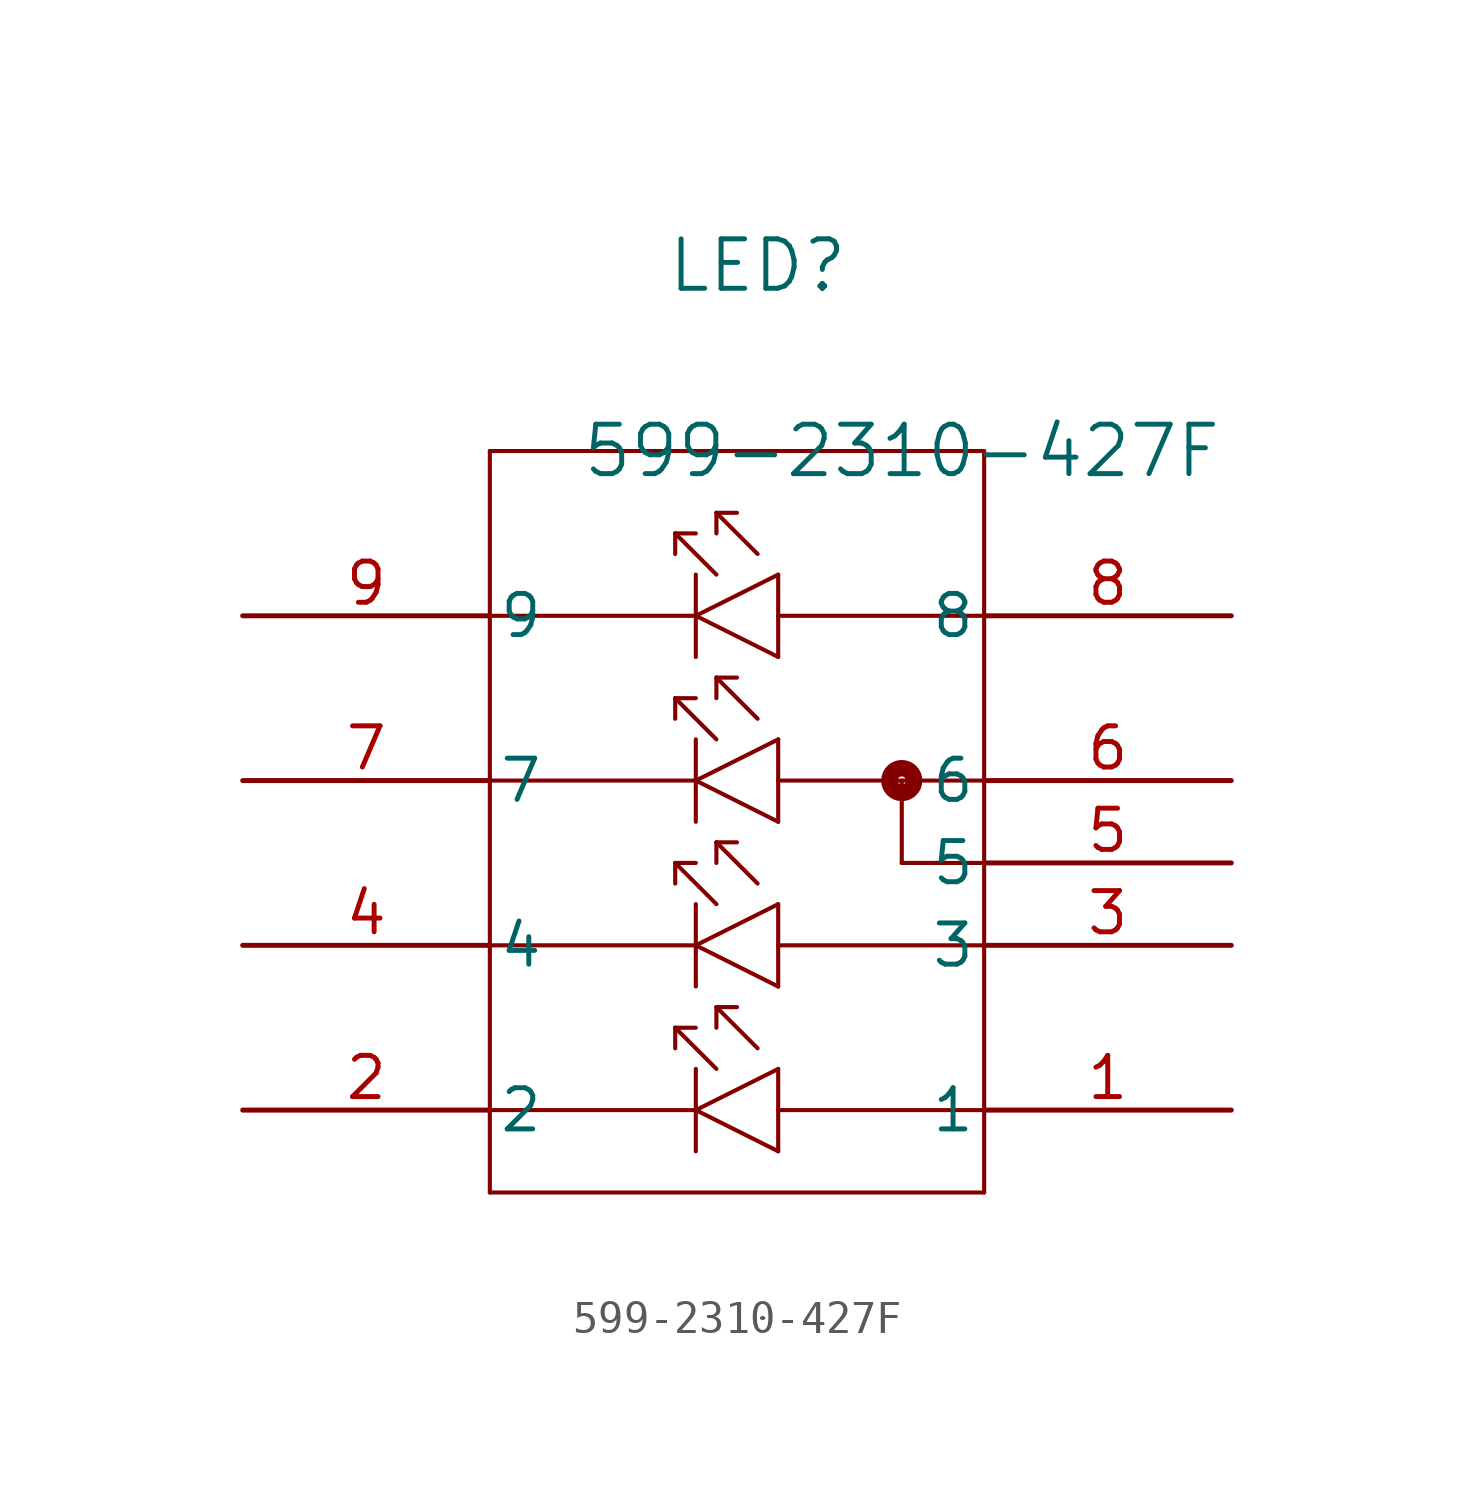
<source format=kicad_sym>
(kicad_symbol_lib
  (version 20211014)
  (generator kicad_symbol_editor)
  (symbol "599-2310-427F"
    (pin_names
      (offset 0.254))
    (property "Reference" "LED"
      (at 15.875 10.795 0)
      (effects (font (size 1.524 1.524))))
    (property "Value" "599-2310-427F"
      (at 20.32 5.08 0)
      (effects (font (size 1.524 1.524))))
    (symbol "599-2310-427F_0_1"
      (polyline (pts (xy 7.62 5.08) (xy 7.62 -17.78)) (stroke (width 0.127) (type default) (color 0 0 0 0)) (fill (type none)))
      (polyline (pts (xy 7.62 -17.78) (xy 22.86 -17.78)) (stroke (width 0.127) (type default) (color 0 0 0 0)) (fill (type none)))
      (polyline (pts (xy 22.86 -17.78) (xy 22.86 5.08)) (stroke (width 0.127) (type default) (color 0 0 0 0)) (fill (type none)))
      (polyline (pts (xy 22.86 5.08) (xy 7.62 5.08)) (stroke (width 0.127) (type default) (color 0 0 0 0)) (fill (type none)))
      (polyline (pts (xy 16.51 0) (xy 22.86 0)) (stroke (width 0.127) (type default) (color 0 0 0 0)) (fill (type none)))
      (polyline (pts (xy 16.51 1.27) (xy 16.51 -1.27)) (stroke (width 0.127) (type default) (color 0 0 0 0)) (fill (type none)))
      (polyline (pts (xy 16.51 1.27) (xy 13.97 0)) (stroke (width 0.127) (type default) (color 0 0 0 0)) (fill (type none)))
      (polyline (pts (xy 13.97 0) (xy 16.51 -1.27)) (stroke (width 0.127) (type default) (color 0 0 0 0)) (fill (type none)))
      (polyline (pts (xy 13.97 1.27) (xy 13.97 -1.27)) (stroke (width 0.127) (type default) (color 0 0 0 0)) (fill (type none)))
      (polyline (pts (xy 7.62 0) (xy 13.97 0)) (stroke (width 0.127) (type default) (color 0 0 0 0)) (fill (type none)))
      (polyline (pts (xy 14.605 1.27) (xy 13.335 2.54)) (stroke (width 0.127) (type default) (color 0 0 0 0)) (fill (type none)))
      (polyline (pts (xy 13.335 2.54) (xy 13.335 1.905)) (stroke (width 0.127) (type default) (color 0 0 0 0)) (fill (type none)))
      (polyline (pts (xy 13.335 2.54) (xy 13.97 2.54)) (stroke (width 0.127) (type default) (color 0 0 0 0)) (fill (type none)))
      (polyline (pts (xy 15.875 1.905) (xy 14.605 3.175)) (stroke (width 0.127) (type default) (color 0 0 0 0)) (fill (type none)))
      (polyline (pts (xy 14.605 2.54) (xy 14.605 3.175)) (stroke (width 0.127) (type default) (color 0 0 0 0)) (fill (type none)))
      (polyline (pts (xy 15.24 3.175) (xy 14.605 3.175)) (stroke (width 0.127) (type default) (color 0 0 0 0)) (fill (type none)))
      (polyline (pts (xy 16.51 -5.08) (xy 22.86 -5.08)) (stroke (width 0.127) (type default) (color 0 0 0 0)) (fill (type none)))
      (polyline (pts (xy 16.51 -3.81) (xy 16.51 -6.35)) (stroke (width 0.127) (type default) (color 0 0 0 0)) (fill (type none)))
      (polyline (pts (xy 16.51 -3.81) (xy 13.97 -5.08)) (stroke (width 0.127) (type default) (color 0 0 0 0)) (fill (type none)))
      (polyline (pts (xy 13.97 -5.08) (xy 16.51 -6.35)) (stroke (width 0.127) (type default) (color 0 0 0 0)) (fill (type none)))
      (polyline (pts (xy 13.97 -3.81) (xy 13.97 -6.35)) (stroke (width 0.127) (type default) (color 0 0 0 0)) (fill (type none)))
      (polyline (pts (xy 7.62 -5.08) (xy 13.97 -5.08)) (stroke (width 0.127) (type default) (color 0 0 0 0)) (fill (type none)))
      (polyline (pts (xy 14.605 -3.81) (xy 13.335 -2.54)) (stroke (width 0.127) (type default) (color 0 0 0 0)) (fill (type none)))
      (polyline (pts (xy 13.335 -2.54) (xy 13.335 -3.175)) (stroke (width 0.127) (type default) (color 0 0 0 0)) (fill (type none)))
      (polyline (pts (xy 13.335 -2.54) (xy 13.97 -2.54)) (stroke (width 0.127) (type default) (color 0 0 0 0)) (fill (type none)))
      (polyline (pts (xy 15.875 -3.175) (xy 14.605 -1.905)) (stroke (width 0.127) (type default) (color 0 0 0 0)) (fill (type none)))
      (polyline (pts (xy 14.605 -2.54) (xy 14.605 -1.905)) (stroke (width 0.127) (type default) (color 0 0 0 0)) (fill (type none)))
      (polyline (pts (xy 15.24 -1.905) (xy 14.605 -1.905)) (stroke (width 0.127) (type default) (color 0 0 0 0)) (fill (type none)))
      (polyline (pts (xy 16.51 -10.16) (xy 22.86 -10.16)) (stroke (width 0.127) (type default) (color 0 0 0 0)) (fill (type none)))
      (polyline (pts (xy 16.51 -8.89) (xy 16.51 -11.43)) (stroke (width 0.127) (type default) (color 0 0 0 0)) (fill (type none)))
      (polyline (pts (xy 16.51 -8.89) (xy 13.97 -10.16)) (stroke (width 0.127) (type default) (color 0 0 0 0)) (fill (type none)))
      (polyline (pts (xy 13.97 -10.16) (xy 16.51 -11.43)) (stroke (width 0.127) (type default) (color 0 0 0 0)) (fill (type none)))
      (polyline (pts (xy 13.97 -8.89) (xy 13.97 -11.43)) (stroke (width 0.127) (type default) (color 0 0 0 0)) (fill (type none)))
      (polyline (pts (xy 7.62 -10.16) (xy 13.97 -10.16)) (stroke (width 0.127) (type default) (color 0 0 0 0)) (fill (type none)))
      (polyline (pts (xy 14.605 -8.89) (xy 13.335 -7.62)) (stroke (width 0.127) (type default) (color 0 0 0 0)) (fill (type none)))
      (polyline (pts (xy 13.335 -7.62) (xy 13.335 -8.255)) (stroke (width 0.127) (type default) (color 0 0 0 0)) (fill (type none)))
      (polyline (pts (xy 13.335 -7.62) (xy 13.97 -7.62)) (stroke (width 0.127) (type default) (color 0 0 0 0)) (fill (type none)))
      (polyline (pts (xy 15.875 -8.255) (xy 14.605 -6.985)) (stroke (width 0.127) (type default) (color 0 0 0 0)) (fill (type none)))
      (polyline (pts (xy 14.605 -7.62) (xy 14.605 -6.985)) (stroke (width 0.127) (type default) (color 0 0 0 0)) (fill (type none)))
      (polyline (pts (xy 15.24 -6.985) (xy 14.605 -6.985)) (stroke (width 0.127) (type default) (color 0 0 0 0)) (fill (type none)))
      (polyline (pts (xy 16.51 -15.24) (xy 22.86 -15.24)) (stroke (width 0.127) (type default) (color 0 0 0 0)) (fill (type none)))
      (polyline (pts (xy 16.51 -13.97) (xy 16.51 -16.51)) (stroke (width 0.127) (type default) (color 0 0 0 0)) (fill (type none)))
      (polyline (pts (xy 16.51 -13.97) (xy 13.97 -15.24)) (stroke (width 0.127) (type default) (color 0 0 0 0)) (fill (type none)))
      (polyline (pts (xy 13.97 -15.24) (xy 16.51 -16.51)) (stroke (width 0.127) (type default) (color 0 0 0 0)) (fill (type none)))
      (polyline (pts (xy 13.97 -13.97) (xy 13.97 -16.51)) (stroke (width 0.127) (type default) (color 0 0 0 0)) (fill (type none)))
      (polyline (pts (xy 7.62 -15.24) (xy 13.97 -15.24)) (stroke (width 0.127) (type default) (color 0 0 0 0)) (fill (type none)))
      (polyline (pts (xy 14.605 -13.97) (xy 13.335 -12.7)) (stroke (width 0.127) (type default) (color 0 0 0 0)) (fill (type none)))
      (polyline (pts (xy 13.335 -12.7) (xy 13.335 -13.335)) (stroke (width 0.127) (type default) (color 0 0 0 0)) (fill (type none)))
      (polyline (pts (xy 13.335 -12.7) (xy 13.97 -12.7)) (stroke (width 0.127) (type default) (color 0 0 0 0)) (fill (type none)))
      (polyline (pts (xy 15.875 -13.335) (xy 14.605 -12.065)) (stroke (width 0.127) (type default) (color 0 0 0 0)) (fill (type none)))
      (polyline (pts (xy 14.605 -12.7) (xy 14.605 -12.065)) (stroke (width 0.127) (type default) (color 0 0 0 0)) (fill (type none)))
      (polyline (pts (xy 15.24 -12.065) (xy 14.605 -12.065)) (stroke (width 0.127) (type default) (color 0 0 0 0)) (fill (type none)))
      (polyline (pts (xy 22.86 -7.62) (xy 20.32 -7.62)) (stroke (width 0.127) (type default) (color 0 0 0 0)) (fill (type none)))
      (polyline (pts (xy 20.32 -5.08) (xy 20.32 -7.62)) (stroke (width 0.127) (type default) (color 0 0 0 0)) (fill (type none)))
      (circle (center 20.32 -5.08) (radius 0.127) (stroke (width 0.508) (type default) (color 0 0 0 0)) (fill (type none)))
      (pin unspecified line (at 30.48 -15.24 180) (length 7.62) (name "1" (effects (font (size 1.27 1.27)))) (number "1" (effects (font (size 1.27 1.27)))))
      (pin unspecified line (at 0 -15.24 0) (length 7.62) (name "2" (effects (font (size 1.27 1.27)))) (number "2" (effects (font (size 1.27 1.27)))))
      (pin unspecified line (at 30.48 -10.16 180) (length 7.62) (name "3" (effects (font (size 1.27 1.27)))) (number "3" (effects (font (size 1.27 1.27)))))
      (pin unspecified line (at 0 -10.16 0) (length 7.62) (name "4" (effects (font (size 1.27 1.27)))) (number "4" (effects (font (size 1.27 1.27)))))
      (pin unspecified line (at 30.48 -7.62 180) (length 7.62) (name "5" (effects (font (size 1.27 1.27)))) (number "5" (effects (font (size 1.27 1.27)))))
      (pin unspecified line (at 30.48 -5.08 180) (length 7.62) (name "6" (effects (font (size 1.27 1.27)))) (number "6" (effects (font (size 1.27 1.27)))))
      (pin unspecified line (at 0 -5.08 0) (length 7.62) (name "7" (effects (font (size 1.27 1.27)))) (number "7" (effects (font (size 1.27 1.27)))))
      (pin unspecified line (at 30.48 0 180) (length 7.62) (name "8" (effects (font (size 1.27 1.27)))) (number "8" (effects (font (size 1.27 1.27)))))
      (pin unspecified line (at 0 0 0) (length 7.62) (name "9" (effects (font (size 1.27 1.27)))) (number "9" (effects (font (size 1.27 1.27))))))))
</source>
